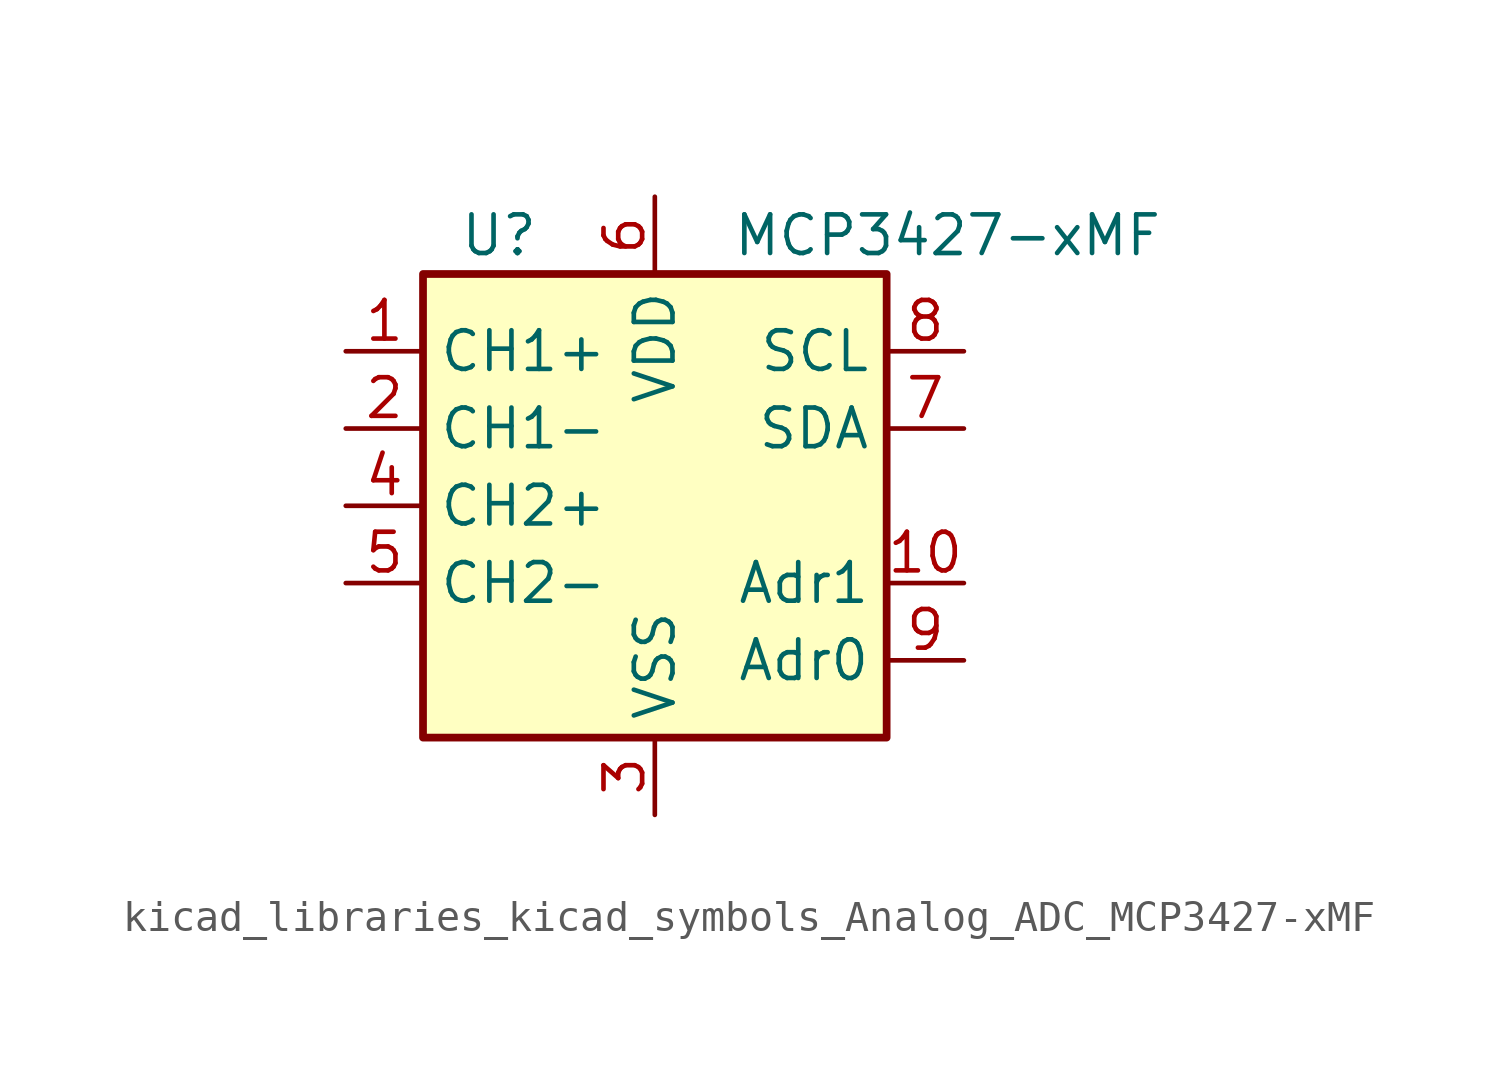
<source format=kicad_sym>
(kicad_symbol_lib
  (version 20220914)
  (generator kicad_symbol_editor)
  (symbol "kicad_libraries_kicad_symbols_Analog_ADC_MCP3427-xMF"
    (property "Reference" "U"
      (at -3.81 8.89 0)
      (effects (font (size 1.27 1.27)) (justify right)))
    (property "Value" "MCP3427-xMF"
      (at 2.54 8.89 0)
      (effects (font (size 1.27 1.27)) (justify left)))
    (symbol "kicad_libraries_kicad_symbols_Analog_ADC_MCP3427-xMF_0_1"
      (rectangle (start -7.62 7.62) (end 7.62 -7.62) (stroke (width 0.254) (type default)) (fill (type background))))
    (symbol "kicad_libraries_kicad_symbols_Analog_ADC_MCP3427-xMF_1_1"
      (pin input line (at -10.16 5.08 0) (length 2.54) (name "CH1+" (effects (font (size 1.27 1.27)))) (number "1" (effects (font (size 1.27 1.27)))))
      (pin input line (at 10.16 -2.54 180) (length 2.54) (name "Adr1" (effects (font (size 1.27 1.27)))) (number "10" (effects (font (size 1.27 1.27)))))
      (pin passive line (at 0 -10.16 90) (length 2.54) hide (name "VSS" (effects (font (size 1.27 1.27)))) (number "11" (effects (font (size 1.27 1.27)))))
      (pin input line (at -10.16 2.54 0) (length 2.54) (name "CH1-" (effects (font (size 1.27 1.27)))) (number "2" (effects (font (size 1.27 1.27)))))
      (pin power_in line (at 0 -10.16 90) (length 2.54) (name "VSS" (effects (font (size 1.27 1.27)))) (number "3" (effects (font (size 1.27 1.27)))))
      (pin input line (at -10.16 0 0) (length 2.54) (name "CH2+" (effects (font (size 1.27 1.27)))) (number "4" (effects (font (size 1.27 1.27)))))
      (pin input line (at -10.16 -2.54 0) (length 2.54) (name "CH2-" (effects (font (size 1.27 1.27)))) (number "5" (effects (font (size 1.27 1.27)))))
      (pin power_in line (at 0 10.16 270) (length 2.54) (name "VDD" (effects (font (size 1.27 1.27)))) (number "6" (effects (font (size 1.27 1.27)))))
      (pin bidirectional line (at 10.16 2.54 180) (length 2.54) (name "SDA" (effects (font (size 1.27 1.27)))) (number "7" (effects (font (size 1.27 1.27)))))
      (pin input line (at 10.16 5.08 180) (length 2.54) (name "SCL" (effects (font (size 1.27 1.27)))) (number "8" (effects (font (size 1.27 1.27)))))
      (pin input line (at 10.16 -5.08 180) (length 2.54) (name "Adr0" (effects (font (size 1.27 1.27)))) (number "9" (effects (font (size 1.27 1.27))))))))
</source>
